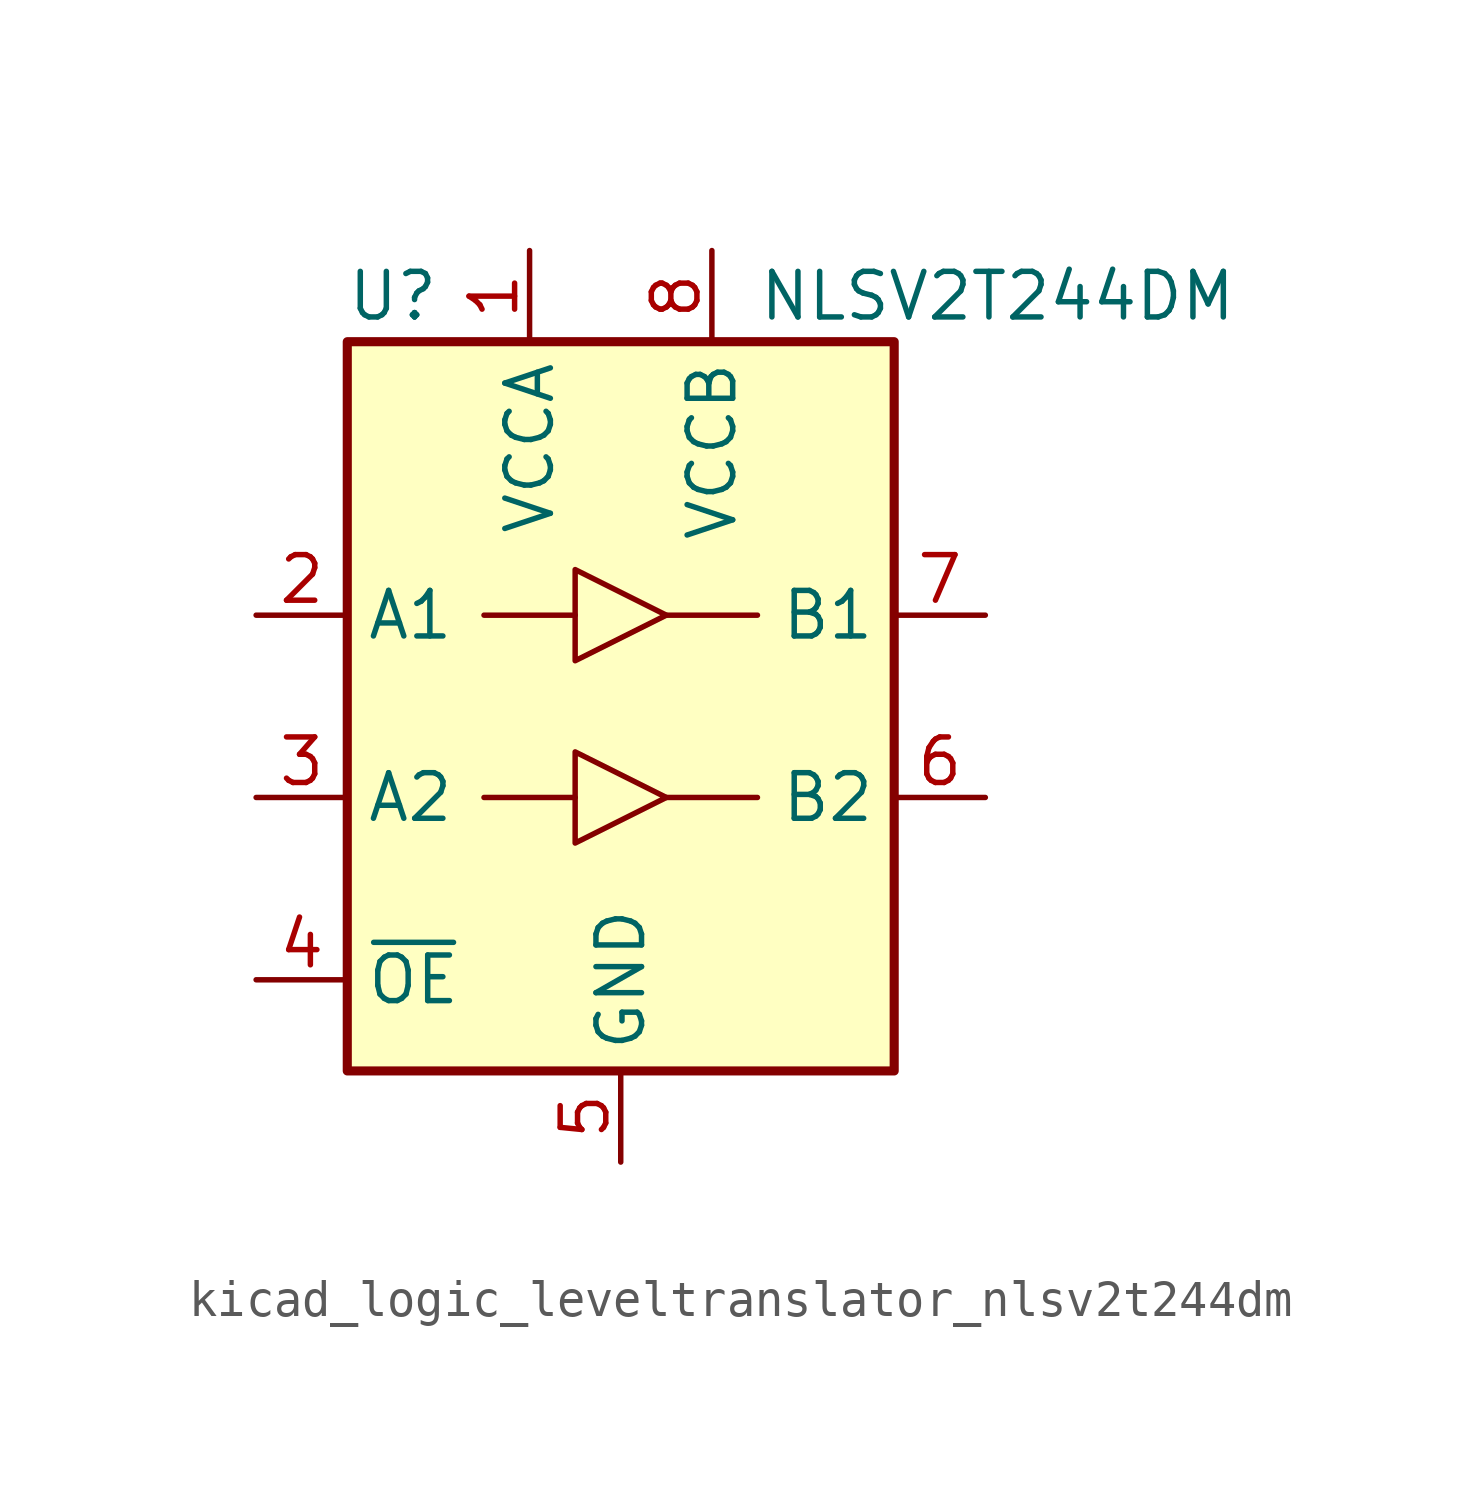
<source format=kicad_sym>
(kicad_symbol_lib
  (version 20220914)
  (generator kicad_symbol_editor)
  (symbol "kicad_logic_leveltranslator_nlsv2t244dm"
    (property "Reference" "U"
      (at -6.35 11.43 0)
      (effects (font (size 1.27 1.27))))
    (property "Value" "NLSV2T244DM"
      (at 3.81 11.43 0)
      (effects (font (size 1.27 1.27)) (justify left)))
    (symbol "kicad_logic_leveltranslator_nlsv2t244dm_0_1"
      (rectangle (start -7.62 10.16) (end 7.62 -10.16) (stroke (width 0.254) (type default)) (fill (type background)))
      (polyline (pts (xy -3.81 -2.54) (xy -1.27 -2.54)) (stroke (width 0) (type default)) (fill (type none)))
      (polyline (pts (xy -3.81 2.54) (xy -1.27 2.54)) (stroke (width 0) (type default)) (fill (type none)))
      (polyline (pts (xy 3.81 -2.54) (xy 1.27 -2.54)) (stroke (width 0) (type default)) (fill (type none)))
      (polyline (pts (xy 3.81 2.54) (xy 1.27 2.54)) (stroke (width 0) (type default)) (fill (type none)))
      (polyline (pts (xy -1.27 -3.81) (xy -1.27 -1.27) (xy 1.27 -2.54) (xy -1.27 -3.81)) (stroke (width 0) (type default)) (fill (type none)))
      (polyline (pts (xy -1.27 1.27) (xy -1.27 3.81) (xy 1.27 2.54) (xy -1.27 1.27)) (stroke (width 0) (type default)) (fill (type none))))
    (symbol "kicad_logic_leveltranslator_nlsv2t244dm_1_1"
      (pin power_in line (at -2.54 12.7 270) (length 2.54) (name "VCCA" (effects (font (size 1.27 1.27)))) (number "1" (effects (font (size 1.27 1.27)))))
      (pin input line (at -10.16 2.54 0) (length 2.54) (name "A1" (effects (font (size 1.27 1.27)))) (number "2" (effects (font (size 1.27 1.27)))))
      (pin input line (at -10.16 -2.54 0) (length 2.54) (name "A2" (effects (font (size 1.27 1.27)))) (number "3" (effects (font (size 1.27 1.27)))))
      (pin input line (at -10.16 -7.62 0) (length 2.54) (name "~{OE}" (effects (font (size 1.27 1.27)))) (number "4" (effects (font (size 1.27 1.27)))))
      (pin power_in line (at 0 -12.7 90) (length 2.54) (name "GND" (effects (font (size 1.27 1.27)))) (number "5" (effects (font (size 1.27 1.27)))))
      (pin output line (at 10.16 -2.54 180) (length 2.54) (name "B2" (effects (font (size 1.27 1.27)))) (number "6" (effects (font (size 1.27 1.27)))))
      (pin output line (at 10.16 2.54 180) (length 2.54) (name "B1" (effects (font (size 1.27 1.27)))) (number "7" (effects (font (size 1.27 1.27)))))
      (pin power_in line (at 2.54 12.7 270) (length 2.54) (name "VCCB" (effects (font (size 1.27 1.27)))) (number "8" (effects (font (size 1.27 1.27))))))))
</source>
